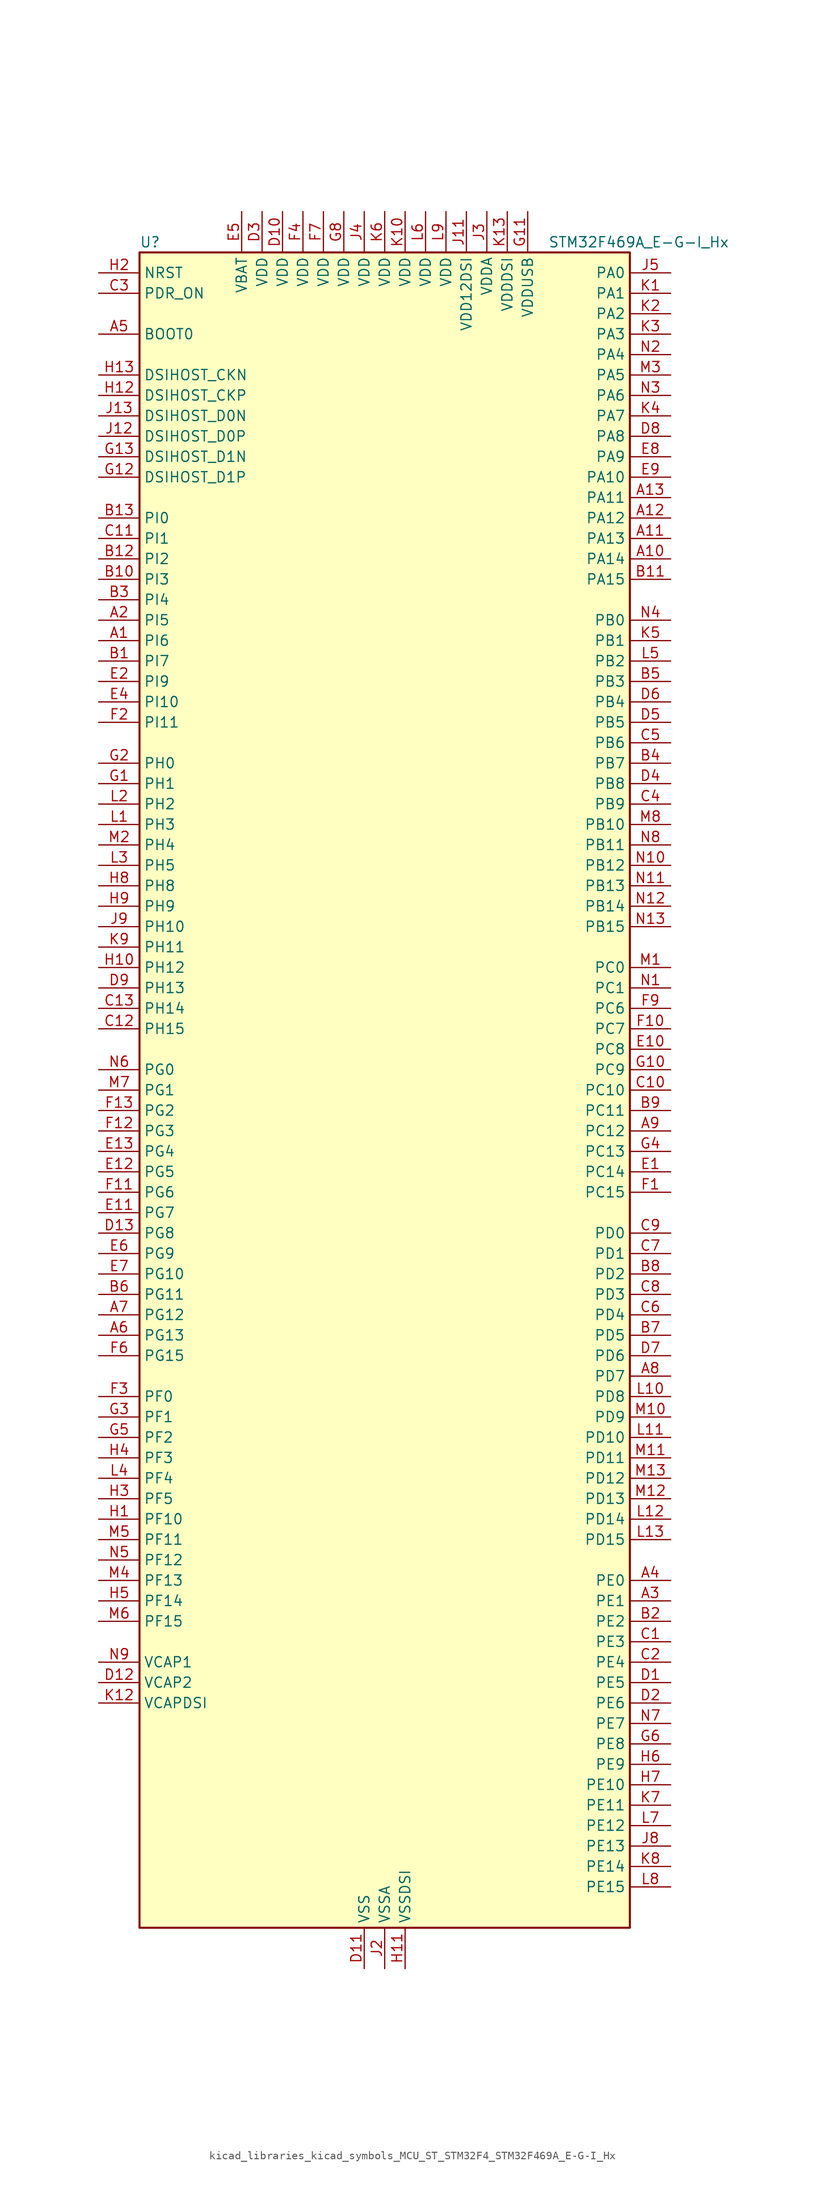
<source format=kicad_sym>
(kicad_symbol_lib
  (version 20220914)
  (generator kicad_symbol_editor)
  (symbol "kicad_libraries_kicad_symbols_MCU_ST_STM32F4_STM32F469A_E-G-I_Hx"
    (property "Reference" "U"
      (at -30.48 105.41 0)
      (effects (font (size 1.27 1.27)) (justify left)))
    (property "Value" "STM32F469A_E-G-I_Hx"
      (at 20.32 105.41 0)
      (effects (font (size 1.27 1.27)) (justify left)))
    (property "ki_locked" ""
      (at 0 0 0)
      (effects (font (size 1.27 1.27))))
    (symbol "kicad_libraries_kicad_symbols_MCU_ST_STM32F4_STM32F469A_E-G-I_Hx_0_1"
      (rectangle (start -30.48 -104.14) (end 30.48 104.14) (stroke (width 0.254) (type default)) (fill (type background))))
    (symbol "kicad_libraries_kicad_symbols_MCU_ST_STM32F4_STM32F469A_E-G-I_Hx_1_1"
      (pin bidirectional line (at -35.56 55.88 0) (length 5.08) (name "PI6" (effects (font (size 1.27 1.27)))) (number "A1" (effects (font (size 1.27 1.27)))) (alternate "DCMI_D6" bidirectional line) (alternate "FMC_D28" bidirectional line) (alternate "LTDC_B6" bidirectional line) (alternate "TIM8_CH2" bidirectional line))
      (pin bidirectional line (at 35.56 66.04 180) (length 5.08) (name "PA14" (effects (font (size 1.27 1.27)))) (number "A10" (effects (font (size 1.27 1.27)))) (alternate "SYS_JTCK-SWCLK" bidirectional line))
      (pin bidirectional line (at 35.56 68.58 180) (length 5.08) (name "PA13" (effects (font (size 1.27 1.27)))) (number "A11" (effects (font (size 1.27 1.27)))) (alternate "SYS_JTMS-SWDIO" bidirectional line))
      (pin bidirectional line (at 35.56 71.12 180) (length 5.08) (name "PA12" (effects (font (size 1.27 1.27)))) (number "A12" (effects (font (size 1.27 1.27)))) (alternate "CAN1_TX" bidirectional line) (alternate "LTDC_R5" bidirectional line) (alternate "TIM1_ETR" bidirectional line) (alternate "USART1_RTS" bidirectional line) (alternate "USB_OTG_FS_DP" bidirectional line))
      (pin bidirectional line (at 35.56 73.66 180) (length 5.08) (name "PA11" (effects (font (size 1.27 1.27)))) (number "A13" (effects (font (size 1.27 1.27)))) (alternate "ADC1_EXTI11" bidirectional line) (alternate "ADC2_EXTI11" bidirectional line) (alternate "ADC3_EXTI11" bidirectional line) (alternate "CAN1_RX" bidirectional line) (alternate "LTDC_R4" bidirectional line) (alternate "TIM1_CH4" bidirectional line) (alternate "USART1_CTS" bidirectional line) (alternate "USB_OTG_FS_DM" bidirectional line))
      (pin bidirectional line (at -35.56 58.42 0) (length 5.08) (name "PI5" (effects (font (size 1.27 1.27)))) (number "A2" (effects (font (size 1.27 1.27)))) (alternate "DCMI_VSYNC" bidirectional line) (alternate "FMC_NBL3" bidirectional line) (alternate "LTDC_B5" bidirectional line) (alternate "TIM8_CH1" bidirectional line))
      (pin bidirectional line (at 35.56 -63.5 180) (length 5.08) (name "PE1" (effects (font (size 1.27 1.27)))) (number "A3" (effects (font (size 1.27 1.27)))) (alternate "DCMI_D3" bidirectional line) (alternate "FMC_NBL1" bidirectional line) (alternate "UART8_TX" bidirectional line))
      (pin bidirectional line (at 35.56 -60.96 180) (length 5.08) (name "PE0" (effects (font (size 1.27 1.27)))) (number "A4" (effects (font (size 1.27 1.27)))) (alternate "DCMI_D2" bidirectional line) (alternate "FMC_NBL0" bidirectional line) (alternate "TIM4_ETR" bidirectional line) (alternate "UART8_RX" bidirectional line))
      (pin input line (at -35.56 93.98 0) (length 5.08) (name "BOOT0" (effects (font (size 1.27 1.27)))) (number "A5" (effects (font (size 1.27 1.27)))))
      (pin bidirectional line (at -35.56 -30.48 0) (length 5.08) (name "PG13" (effects (font (size 1.27 1.27)))) (number "A6" (effects (font (size 1.27 1.27)))) (alternate "FMC_A24" bidirectional line) (alternate "LTDC_R0" bidirectional line) (alternate "SPI6_SCK" bidirectional line) (alternate "SYS_TRACED0" bidirectional line) (alternate "USART6_CTS" bidirectional line))
      (pin bidirectional line (at -35.56 -27.94 0) (length 5.08) (name "PG12" (effects (font (size 1.27 1.27)))) (number "A7" (effects (font (size 1.27 1.27)))) (alternate "FMC_NE4" bidirectional line) (alternate "LTDC_B1" bidirectional line) (alternate "LTDC_B4" bidirectional line) (alternate "SPI6_MISO" bidirectional line) (alternate "USART6_RTS" bidirectional line))
      (pin bidirectional line (at 35.56 -35.56 180) (length 5.08) (name "PD7" (effects (font (size 1.27 1.27)))) (number "A8" (effects (font (size 1.27 1.27)))) (alternate "FMC_NE1" bidirectional line) (alternate "USART2_CK" bidirectional line))
      (pin bidirectional line (at 35.56 -5.08 180) (length 5.08) (name "PC12" (effects (font (size 1.27 1.27)))) (number "A9" (effects (font (size 1.27 1.27)))) (alternate "DCMI_D9" bidirectional line) (alternate "I2S3_SD" bidirectional line) (alternate "SDIO_CK" bidirectional line) (alternate "SPI3_MOSI" bidirectional line) (alternate "SYS_TRACED3" bidirectional line) (alternate "UART5_TX" bidirectional line) (alternate "USART3_CK" bidirectional line))
      (pin bidirectional line (at -35.56 53.34 0) (length 5.08) (name "PI7" (effects (font (size 1.27 1.27)))) (number "B1" (effects (font (size 1.27 1.27)))) (alternate "DCMI_D7" bidirectional line) (alternate "FMC_D29" bidirectional line) (alternate "LTDC_B7" bidirectional line) (alternate "TIM8_CH3" bidirectional line))
      (pin bidirectional line (at -35.56 63.5 0) (length 5.08) (name "PI3" (effects (font (size 1.27 1.27)))) (number "B10" (effects (font (size 1.27 1.27)))) (alternate "DCMI_D10" bidirectional line) (alternate "FMC_D27" bidirectional line) (alternate "I2S2_SD" bidirectional line) (alternate "SPI2_MOSI" bidirectional line) (alternate "TIM8_ETR" bidirectional line))
      (pin bidirectional line (at 35.56 63.5 180) (length 5.08) (name "PA15" (effects (font (size 1.27 1.27)))) (number "B11" (effects (font (size 1.27 1.27)))) (alternate "ADC1_EXTI15" bidirectional line) (alternate "ADC2_EXTI15" bidirectional line) (alternate "ADC3_EXTI15" bidirectional line) (alternate "I2S3_WS" bidirectional line) (alternate "SPI1_NSS" bidirectional line) (alternate "SPI3_NSS" bidirectional line) (alternate "SYS_JTDI" bidirectional line) (alternate "TIM2_CH1" bidirectional line) (alternate "TIM2_ETR" bidirectional line))
      (pin bidirectional line (at -35.56 66.04 0) (length 5.08) (name "PI2" (effects (font (size 1.27 1.27)))) (number "B12" (effects (font (size 1.27 1.27)))) (alternate "DCMI_D9" bidirectional line) (alternate "FMC_D26" bidirectional line) (alternate "I2S2_ext_SD" bidirectional line) (alternate "LTDC_G7" bidirectional line) (alternate "SPI2_MISO" bidirectional line) (alternate "TIM8_CH4" bidirectional line))
      (pin bidirectional line (at -35.56 71.12 0) (length 5.08) (name "PI0" (effects (font (size 1.27 1.27)))) (number "B13" (effects (font (size 1.27 1.27)))) (alternate "DCMI_D13" bidirectional line) (alternate "FMC_D24" bidirectional line) (alternate "I2S2_WS" bidirectional line) (alternate "LTDC_G5" bidirectional line) (alternate "SPI2_NSS" bidirectional line) (alternate "TIM5_CH4" bidirectional line))
      (pin bidirectional line (at 35.56 -66.04 180) (length 5.08) (name "PE2" (effects (font (size 1.27 1.27)))) (number "B2" (effects (font (size 1.27 1.27)))) (alternate "FMC_A23" bidirectional line) (alternate "QUADSPI_BK1_IO2" bidirectional line) (alternate "SAI1_MCLK_A" bidirectional line) (alternate "SPI4_SCK" bidirectional line) (alternate "SYS_TRACECLK" bidirectional line))
      (pin bidirectional line (at -35.56 60.96 0) (length 5.08) (name "PI4" (effects (font (size 1.27 1.27)))) (number "B3" (effects (font (size 1.27 1.27)))) (alternate "DCMI_D5" bidirectional line) (alternate "FMC_NBL2" bidirectional line) (alternate "LTDC_B4" bidirectional line) (alternate "TIM8_BKIN" bidirectional line))
      (pin bidirectional line (at 35.56 40.64 180) (length 5.08) (name "PB7" (effects (font (size 1.27 1.27)))) (number "B4" (effects (font (size 1.27 1.27)))) (alternate "DCMI_VSYNC" bidirectional line) (alternate "FMC_NL" bidirectional line) (alternate "I2C1_SDA" bidirectional line) (alternate "TIM4_CH2" bidirectional line) (alternate "USART1_RX" bidirectional line))
      (pin bidirectional line (at 35.56 50.8 180) (length 5.08) (name "PB3" (effects (font (size 1.27 1.27)))) (number "B5" (effects (font (size 1.27 1.27)))) (alternate "I2S3_CK" bidirectional line) (alternate "SPI1_SCK" bidirectional line) (alternate "SPI3_SCK" bidirectional line) (alternate "SYS_JTDO-SWO" bidirectional line) (alternate "TIM2_CH2" bidirectional line))
      (pin bidirectional line (at -35.56 -25.4 0) (length 5.08) (name "PG11" (effects (font (size 1.27 1.27)))) (number "B6" (effects (font (size 1.27 1.27)))) (alternate "ADC1_EXTI11" bidirectional line) (alternate "ADC2_EXTI11" bidirectional line) (alternate "ADC3_EXTI11" bidirectional line) (alternate "DCMI_D3" bidirectional line) (alternate "LTDC_B3" bidirectional line))
      (pin bidirectional line (at 35.56 -30.48 180) (length 5.08) (name "PD5" (effects (font (size 1.27 1.27)))) (number "B7" (effects (font (size 1.27 1.27)))) (alternate "FMC_NWE" bidirectional line) (alternate "USART2_TX" bidirectional line))
      (pin bidirectional line (at 35.56 -22.86 180) (length 5.08) (name "PD2" (effects (font (size 1.27 1.27)))) (number "B8" (effects (font (size 1.27 1.27)))) (alternate "DCMI_D11" bidirectional line) (alternate "SDIO_CMD" bidirectional line) (alternate "SYS_TRACED2" bidirectional line) (alternate "TIM3_ETR" bidirectional line) (alternate "UART5_RX" bidirectional line))
      (pin bidirectional line (at 35.56 -2.54 180) (length 5.08) (name "PC11" (effects (font (size 1.27 1.27)))) (number "B9" (effects (font (size 1.27 1.27)))) (alternate "ADC1_EXTI11" bidirectional line) (alternate "ADC2_EXTI11" bidirectional line) (alternate "ADC3_EXTI11" bidirectional line) (alternate "DCMI_D4" bidirectional line) (alternate "I2S3_ext_SD" bidirectional line) (alternate "QUADSPI_BK2_NCS" bidirectional line) (alternate "SDIO_D3" bidirectional line) (alternate "SPI3_MISO" bidirectional line) (alternate "UART4_RX" bidirectional line) (alternate "USART3_RX" bidirectional line))
      (pin bidirectional line (at 35.56 -68.58 180) (length 5.08) (name "PE3" (effects (font (size 1.27 1.27)))) (number "C1" (effects (font (size 1.27 1.27)))) (alternate "FMC_A19" bidirectional line) (alternate "SAI1_SD_B" bidirectional line) (alternate "SYS_TRACED0" bidirectional line))
      (pin bidirectional line (at 35.56 0 180) (length 5.08) (name "PC10" (effects (font (size 1.27 1.27)))) (number "C10" (effects (font (size 1.27 1.27)))) (alternate "DCMI_D8" bidirectional line) (alternate "I2S3_CK" bidirectional line) (alternate "LTDC_R2" bidirectional line) (alternate "QUADSPI_BK1_IO1" bidirectional line) (alternate "SDIO_D2" bidirectional line) (alternate "SPI3_SCK" bidirectional line) (alternate "UART4_TX" bidirectional line) (alternate "USART3_TX" bidirectional line))
      (pin bidirectional line (at -35.56 68.58 0) (length 5.08) (name "PI1" (effects (font (size 1.27 1.27)))) (number "C11" (effects (font (size 1.27 1.27)))) (alternate "DCMI_D8" bidirectional line) (alternate "FMC_D25" bidirectional line) (alternate "I2S2_CK" bidirectional line) (alternate "LTDC_G6" bidirectional line) (alternate "SPI2_SCK" bidirectional line))
      (pin bidirectional line (at -35.56 7.62 0) (length 5.08) (name "PH15" (effects (font (size 1.27 1.27)))) (number "C12" (effects (font (size 1.27 1.27)))) (alternate "ADC1_EXTI15" bidirectional line) (alternate "ADC2_EXTI15" bidirectional line) (alternate "ADC3_EXTI15" bidirectional line) (alternate "DCMI_D11" bidirectional line) (alternate "FMC_D23" bidirectional line) (alternate "LTDC_G4" bidirectional line) (alternate "TIM8_CH3N" bidirectional line))
      (pin bidirectional line (at -35.56 10.16 0) (length 5.08) (name "PH14" (effects (font (size 1.27 1.27)))) (number "C13" (effects (font (size 1.27 1.27)))) (alternate "DCMI_D4" bidirectional line) (alternate "FMC_D22" bidirectional line) (alternate "LTDC_G3" bidirectional line) (alternate "TIM8_CH2N" bidirectional line))
      (pin bidirectional line (at 35.56 -71.12 180) (length 5.08) (name "PE4" (effects (font (size 1.27 1.27)))) (number "C2" (effects (font (size 1.27 1.27)))) (alternate "DCMI_D4" bidirectional line) (alternate "FMC_A20" bidirectional line) (alternate "LTDC_B0" bidirectional line) (alternate "SAI1_FS_A" bidirectional line) (alternate "SPI4_NSS" bidirectional line) (alternate "SYS_TRACED1" bidirectional line))
      (pin input line (at -35.56 99.06 0) (length 5.08) (name "PDR_ON" (effects (font (size 1.27 1.27)))) (number "C3" (effects (font (size 1.27 1.27)))))
      (pin bidirectional line (at 35.56 35.56 180) (length 5.08) (name "PB9" (effects (font (size 1.27 1.27)))) (number "C4" (effects (font (size 1.27 1.27)))) (alternate "CAN1_TX" bidirectional line) (alternate "DAC_EXTI9" bidirectional line) (alternate "DCMI_D7" bidirectional line) (alternate "I2C1_SDA" bidirectional line) (alternate "I2S2_WS" bidirectional line) (alternate "LTDC_B7" bidirectional line) (alternate "SDIO_D5" bidirectional line) (alternate "SPI2_NSS" bidirectional line) (alternate "TIM11_CH1" bidirectional line) (alternate "TIM4_CH4" bidirectional line))
      (pin bidirectional line (at 35.56 43.18 180) (length 5.08) (name "PB6" (effects (font (size 1.27 1.27)))) (number "C5" (effects (font (size 1.27 1.27)))) (alternate "CAN2_TX" bidirectional line) (alternate "DCMI_D5" bidirectional line) (alternate "FMC_SDNE1" bidirectional line) (alternate "I2C1_SCL" bidirectional line) (alternate "QUADSPI_BK1_NCS" bidirectional line) (alternate "TIM4_CH1" bidirectional line) (alternate "USART1_TX" bidirectional line))
      (pin bidirectional line (at 35.56 -27.94 180) (length 5.08) (name "PD4" (effects (font (size 1.27 1.27)))) (number "C6" (effects (font (size 1.27 1.27)))) (alternate "FMC_NOE" bidirectional line) (alternate "USART2_RTS" bidirectional line))
      (pin bidirectional line (at 35.56 -20.32 180) (length 5.08) (name "PD1" (effects (font (size 1.27 1.27)))) (number "C7" (effects (font (size 1.27 1.27)))) (alternate "CAN1_TX" bidirectional line) (alternate "FMC_D3" bidirectional line) (alternate "FMC_DA3" bidirectional line))
      (pin bidirectional line (at 35.56 -25.4 180) (length 5.08) (name "PD3" (effects (font (size 1.27 1.27)))) (number "C8" (effects (font (size 1.27 1.27)))) (alternate "DCMI_D5" bidirectional line) (alternate "FMC_CLK" bidirectional line) (alternate "I2S2_CK" bidirectional line) (alternate "LTDC_G7" bidirectional line) (alternate "SPI2_SCK" bidirectional line) (alternate "USART2_CTS" bidirectional line))
      (pin bidirectional line (at 35.56 -17.78 180) (length 5.08) (name "PD0" (effects (font (size 1.27 1.27)))) (number "C9" (effects (font (size 1.27 1.27)))) (alternate "CAN1_RX" bidirectional line) (alternate "FMC_D2" bidirectional line) (alternate "FMC_DA2" bidirectional line))
      (pin bidirectional line (at 35.56 -73.66 180) (length 5.08) (name "PE5" (effects (font (size 1.27 1.27)))) (number "D1" (effects (font (size 1.27 1.27)))) (alternate "DCMI_D6" bidirectional line) (alternate "FMC_A21" bidirectional line) (alternate "LTDC_G0" bidirectional line) (alternate "SAI1_SCK_A" bidirectional line) (alternate "SPI4_MISO" bidirectional line) (alternate "SYS_TRACED2" bidirectional line) (alternate "TIM9_CH1" bidirectional line))
      (pin power_in line (at -12.7 109.22 270) (length 5.08) (name "VDD" (effects (font (size 1.27 1.27)))) (number "D10" (effects (font (size 1.27 1.27)))))
      (pin power_in line (at -2.54 -109.22 90) (length 5.08) (name "VSS" (effects (font (size 1.27 1.27)))) (number "D11" (effects (font (size 1.27 1.27)))))
      (pin power_out line (at -35.56 -73.66 0) (length 5.08) (name "VCAP2" (effects (font (size 1.27 1.27)))) (number "D12" (effects (font (size 1.27 1.27)))))
      (pin bidirectional line (at -35.56 -17.78 0) (length 5.08) (name "PG8" (effects (font (size 1.27 1.27)))) (number "D13" (effects (font (size 1.27 1.27)))) (alternate "FMC_SDCLK" bidirectional line) (alternate "LTDC_G7" bidirectional line) (alternate "SPI6_NSS" bidirectional line) (alternate "USART6_RTS" bidirectional line))
      (pin bidirectional line (at 35.56 -76.2 180) (length 5.08) (name "PE6" (effects (font (size 1.27 1.27)))) (number "D2" (effects (font (size 1.27 1.27)))) (alternate "DCMI_D7" bidirectional line) (alternate "FMC_A22" bidirectional line) (alternate "LTDC_G1" bidirectional line) (alternate "SAI1_SD_A" bidirectional line) (alternate "SPI4_MOSI" bidirectional line) (alternate "SYS_TRACED3" bidirectional line) (alternate "TIM9_CH2" bidirectional line))
      (pin power_in line (at -15.24 109.22 270) (length 5.08) (name "VDD" (effects (font (size 1.27 1.27)))) (number "D3" (effects (font (size 1.27 1.27)))))
      (pin bidirectional line (at 35.56 38.1 180) (length 5.08) (name "PB8" (effects (font (size 1.27 1.27)))) (number "D4" (effects (font (size 1.27 1.27)))) (alternate "CAN1_RX" bidirectional line) (alternate "DCMI_D6" bidirectional line) (alternate "I2C1_SCL" bidirectional line) (alternate "LTDC_B6" bidirectional line) (alternate "SDIO_D4" bidirectional line) (alternate "TIM10_CH1" bidirectional line) (alternate "TIM4_CH3" bidirectional line))
      (pin bidirectional line (at 35.56 45.72 180) (length 5.08) (name "PB5" (effects (font (size 1.27 1.27)))) (number "D5" (effects (font (size 1.27 1.27)))) (alternate "CAN2_RX" bidirectional line) (alternate "DCMI_D10" bidirectional line) (alternate "FMC_SDCKE1" bidirectional line) (alternate "I2C1_SMBA" bidirectional line) (alternate "I2S3_SD" bidirectional line) (alternate "LTDC_G7" bidirectional line) (alternate "SPI1_MOSI" bidirectional line) (alternate "SPI3_MOSI" bidirectional line) (alternate "TIM3_CH2" bidirectional line) (alternate "USB_OTG_HS_ULPI_D7" bidirectional line))
      (pin bidirectional line (at 35.56 48.26 180) (length 5.08) (name "PB4" (effects (font (size 1.27 1.27)))) (number "D6" (effects (font (size 1.27 1.27)))) (alternate "I2S3_ext_SD" bidirectional line) (alternate "SPI1_MISO" bidirectional line) (alternate "SPI3_MISO" bidirectional line) (alternate "SYS_JTRST" bidirectional line) (alternate "TIM3_CH1" bidirectional line))
      (pin bidirectional line (at 35.56 -33.02 180) (length 5.08) (name "PD6" (effects (font (size 1.27 1.27)))) (number "D7" (effects (font (size 1.27 1.27)))) (alternate "DCMI_D10" bidirectional line) (alternate "FMC_NWAIT" bidirectional line) (alternate "I2S3_SD" bidirectional line) (alternate "LTDC_B2" bidirectional line) (alternate "SAI1_SD_A" bidirectional line) (alternate "SPI3_MOSI" bidirectional line) (alternate "USART2_RX" bidirectional line))
      (pin bidirectional line (at 35.56 81.28 180) (length 5.08) (name "PA8" (effects (font (size 1.27 1.27)))) (number "D8" (effects (font (size 1.27 1.27)))) (alternate "I2C3_SCL" bidirectional line) (alternate "LTDC_R6" bidirectional line) (alternate "RCC_MCO_1" bidirectional line) (alternate "TIM1_CH1" bidirectional line) (alternate "USART1_CK" bidirectional line) (alternate "USB_OTG_FS_SOF" bidirectional line))
      (pin bidirectional line (at -35.56 12.7 0) (length 5.08) (name "PH13" (effects (font (size 1.27 1.27)))) (number "D9" (effects (font (size 1.27 1.27)))) (alternate "CAN1_TX" bidirectional line) (alternate "FMC_D21" bidirectional line) (alternate "LTDC_G2" bidirectional line) (alternate "TIM8_CH1N" bidirectional line))
      (pin bidirectional line (at 35.56 -10.16 180) (length 5.08) (name "PC14" (effects (font (size 1.27 1.27)))) (number "E1" (effects (font (size 1.27 1.27)))) (alternate "RCC_OSC32_IN" bidirectional line))
      (pin bidirectional line (at 35.56 5.08 180) (length 5.08) (name "PC8" (effects (font (size 1.27 1.27)))) (number "E10" (effects (font (size 1.27 1.27)))) (alternate "DCMI_D2" bidirectional line) (alternate "SDIO_D0" bidirectional line) (alternate "SYS_TRACED1" bidirectional line) (alternate "TIM3_CH3" bidirectional line) (alternate "TIM8_CH3" bidirectional line) (alternate "USART6_CK" bidirectional line))
      (pin bidirectional line (at -35.56 -15.24 0) (length 5.08) (name "PG7" (effects (font (size 1.27 1.27)))) (number "E11" (effects (font (size 1.27 1.27)))) (alternate "DCMI_D13" bidirectional line) (alternate "FMC_INT" bidirectional line) (alternate "LTDC_CLK" bidirectional line) (alternate "SAI1_MCLK_A" bidirectional line) (alternate "USART6_CK" bidirectional line))
      (pin bidirectional line (at -35.56 -10.16 0) (length 5.08) (name "PG5" (effects (font (size 1.27 1.27)))) (number "E12" (effects (font (size 1.27 1.27)))) (alternate "FMC_A15" bidirectional line) (alternate "FMC_BA1" bidirectional line))
      (pin bidirectional line (at -35.56 -7.62 0) (length 5.08) (name "PG4" (effects (font (size 1.27 1.27)))) (number "E13" (effects (font (size 1.27 1.27)))) (alternate "FMC_A14" bidirectional line) (alternate "FMC_BA0" bidirectional line))
      (pin bidirectional line (at -35.56 50.8 0) (length 5.08) (name "PI9" (effects (font (size 1.27 1.27)))) (number "E2" (effects (font (size 1.27 1.27)))) (alternate "CAN1_RX" bidirectional line) (alternate "DAC_EXTI9" bidirectional line) (alternate "FMC_D30" bidirectional line) (alternate "LTDC_VSYNC" bidirectional line))
      (pin passive line (at -2.54 -109.22 90) (length 5.08) hide (name "VSS" (effects (font (size 1.27 1.27)))) (number "E3" (effects (font (size 1.27 1.27)))))
      (pin bidirectional line (at -35.56 48.26 0) (length 5.08) (name "PI10" (effects (font (size 1.27 1.27)))) (number "E4" (effects (font (size 1.27 1.27)))) (alternate "FMC_D31" bidirectional line) (alternate "LTDC_HSYNC" bidirectional line))
      (pin power_in line (at -17.78 109.22 270) (length 5.08) (name "VBAT" (effects (font (size 1.27 1.27)))) (number "E5" (effects (font (size 1.27 1.27)))))
      (pin bidirectional line (at -35.56 -20.32 0) (length 5.08) (name "PG9" (effects (font (size 1.27 1.27)))) (number "E6" (effects (font (size 1.27 1.27)))) (alternate "DAC_EXTI9" bidirectional line) (alternate "DCMI_VSYNC" bidirectional line) (alternate "FMC_NCE" bidirectional line) (alternate "FMC_NE2" bidirectional line) (alternate "QUADSPI_BK2_IO2" bidirectional line) (alternate "USART6_RX" bidirectional line))
      (pin bidirectional line (at -35.56 -22.86 0) (length 5.08) (name "PG10" (effects (font (size 1.27 1.27)))) (number "E7" (effects (font (size 1.27 1.27)))) (alternate "DCMI_D2" bidirectional line) (alternate "FMC_NE3" bidirectional line) (alternate "LTDC_B2" bidirectional line) (alternate "LTDC_G3" bidirectional line))
      (pin bidirectional line (at 35.56 78.74 180) (length 5.08) (name "PA9" (effects (font (size 1.27 1.27)))) (number "E8" (effects (font (size 1.27 1.27)))) (alternate "DAC_EXTI9" bidirectional line) (alternate "DCMI_D0" bidirectional line) (alternate "I2C3_SMBA" bidirectional line) (alternate "I2S2_CK" bidirectional line) (alternate "SPI2_SCK" bidirectional line) (alternate "TIM1_CH2" bidirectional line) (alternate "USART1_TX" bidirectional line) (alternate "USB_OTG_FS_VBUS" bidirectional line))
      (pin bidirectional line (at 35.56 76.2 180) (length 5.08) (name "PA10" (effects (font (size 1.27 1.27)))) (number "E9" (effects (font (size 1.27 1.27)))) (alternate "DCMI_D1" bidirectional line) (alternate "TIM1_CH3" bidirectional line) (alternate "USART1_RX" bidirectional line) (alternate "USB_OTG_FS_ID" bidirectional line))
      (pin bidirectional line (at 35.56 -12.7 180) (length 5.08) (name "PC15" (effects (font (size 1.27 1.27)))) (number "F1" (effects (font (size 1.27 1.27)))) (alternate "ADC1_EXTI15" bidirectional line) (alternate "ADC2_EXTI15" bidirectional line) (alternate "ADC3_EXTI15" bidirectional line) (alternate "RCC_OSC32_OUT" bidirectional line))
      (pin bidirectional line (at 35.56 7.62 180) (length 5.08) (name "PC7" (effects (font (size 1.27 1.27)))) (number "F10" (effects (font (size 1.27 1.27)))) (alternate "DCMI_D1" bidirectional line) (alternate "I2S3_MCK" bidirectional line) (alternate "LTDC_G6" bidirectional line) (alternate "SDIO_D7" bidirectional line) (alternate "TIM3_CH2" bidirectional line) (alternate "TIM8_CH2" bidirectional line) (alternate "USART6_RX" bidirectional line))
      (pin bidirectional line (at -35.56 -12.7 0) (length 5.08) (name "PG6" (effects (font (size 1.27 1.27)))) (number "F11" (effects (font (size 1.27 1.27)))) (alternate "DCMI_D12" bidirectional line) (alternate "LTDC_R7" bidirectional line))
      (pin bidirectional line (at -35.56 -5.08 0) (length 5.08) (name "PG3" (effects (font (size 1.27 1.27)))) (number "F12" (effects (font (size 1.27 1.27)))) (alternate "FMC_A13" bidirectional line))
      (pin bidirectional line (at -35.56 -2.54 0) (length 5.08) (name "PG2" (effects (font (size 1.27 1.27)))) (number "F13" (effects (font (size 1.27 1.27)))) (alternate "FMC_A12" bidirectional line))
      (pin bidirectional line (at -35.56 45.72 0) (length 5.08) (name "PI11" (effects (font (size 1.27 1.27)))) (number "F2" (effects (font (size 1.27 1.27)))) (alternate "ADC1_EXTI11" bidirectional line) (alternate "ADC2_EXTI11" bidirectional line) (alternate "ADC3_EXTI11" bidirectional line) (alternate "LTDC_G6" bidirectional line) (alternate "USB_OTG_HS_ULPI_DIR" bidirectional line))
      (pin bidirectional line (at -35.56 -38.1 0) (length 5.08) (name "PF0" (effects (font (size 1.27 1.27)))) (number "F3" (effects (font (size 1.27 1.27)))) (alternate "FMC_A0" bidirectional line) (alternate "I2C2_SDA" bidirectional line))
      (pin power_in line (at -10.16 109.22 270) (length 5.08) (name "VDD" (effects (font (size 1.27 1.27)))) (number "F4" (effects (font (size 1.27 1.27)))))
      (pin passive line (at -2.54 -109.22 90) (length 5.08) hide (name "VSS" (effects (font (size 1.27 1.27)))) (number "F5" (effects (font (size 1.27 1.27)))))
      (pin bidirectional line (at -35.56 -33.02 0) (length 5.08) (name "PG15" (effects (font (size 1.27 1.27)))) (number "F6" (effects (font (size 1.27 1.27)))) (alternate "ADC1_EXTI15" bidirectional line) (alternate "ADC2_EXTI15" bidirectional line) (alternate "ADC3_EXTI15" bidirectional line) (alternate "DCMI_D13" bidirectional line) (alternate "FMC_SDNCAS" bidirectional line) (alternate "USART6_CTS" bidirectional line))
      (pin power_in line (at -7.62 109.22 270) (length 5.08) (name "VDD" (effects (font (size 1.27 1.27)))) (number "F7" (effects (font (size 1.27 1.27)))))
      (pin passive line (at -2.54 -109.22 90) (length 5.08) hide (name "VSS" (effects (font (size 1.27 1.27)))) (number "F8" (effects (font (size 1.27 1.27)))))
      (pin bidirectional line (at 35.56 10.16 180) (length 5.08) (name "PC6" (effects (font (size 1.27 1.27)))) (number "F9" (effects (font (size 1.27 1.27)))) (alternate "DCMI_D0" bidirectional line) (alternate "I2S2_MCK" bidirectional line) (alternate "LTDC_HSYNC" bidirectional line) (alternate "SDIO_D6" bidirectional line) (alternate "TIM3_CH1" bidirectional line) (alternate "TIM8_CH1" bidirectional line) (alternate "USART6_TX" bidirectional line))
      (pin bidirectional line (at -35.56 38.1 0) (length 5.08) (name "PH1" (effects (font (size 1.27 1.27)))) (number "G1" (effects (font (size 1.27 1.27)))) (alternate "RCC_OSC_OUT" bidirectional line))
      (pin bidirectional line (at 35.56 2.54 180) (length 5.08) (name "PC9" (effects (font (size 1.27 1.27)))) (number "G10" (effects (font (size 1.27 1.27)))) (alternate "DAC_EXTI9" bidirectional line) (alternate "DCMI_D3" bidirectional line) (alternate "I2C3_SDA" bidirectional line) (alternate "I2S_CKIN" bidirectional line) (alternate "QUADSPI_BK1_IO0" bidirectional line) (alternate "RCC_MCO_2" bidirectional line) (alternate "SDIO_D1" bidirectional line) (alternate "TIM3_CH4" bidirectional line) (alternate "TIM8_CH4" bidirectional line))
      (pin power_in line (at 17.78 109.22 270) (length 5.08) (name "VDDUSB" (effects (font (size 1.27 1.27)))) (number "G11" (effects (font (size 1.27 1.27)))))
      (pin bidirectional line (at -35.56 76.2 0) (length 5.08) (name "DSIHOST_D1P" (effects (font (size 1.27 1.27)))) (number "G12" (effects (font (size 1.27 1.27)))) (alternate "DSIHOST_D1P" bidirectional line))
      (pin bidirectional line (at -35.56 78.74 0) (length 5.08) (name "DSIHOST_D1N" (effects (font (size 1.27 1.27)))) (number "G13" (effects (font (size 1.27 1.27)))) (alternate "DSIHOST_D1N" bidirectional line))
      (pin bidirectional line (at -35.56 40.64 0) (length 5.08) (name "PH0" (effects (font (size 1.27 1.27)))) (number "G2" (effects (font (size 1.27 1.27)))) (alternate "RCC_OSC_IN" bidirectional line))
      (pin bidirectional line (at -35.56 -40.64 0) (length 5.08) (name "PF1" (effects (font (size 1.27 1.27)))) (number "G3" (effects (font (size 1.27 1.27)))) (alternate "FMC_A1" bidirectional line) (alternate "I2C2_SCL" bidirectional line))
      (pin bidirectional line (at 35.56 -7.62 180) (length 5.08) (name "PC13" (effects (font (size 1.27 1.27)))) (number "G4" (effects (font (size 1.27 1.27)))) (alternate "RTC_AF1" bidirectional line))
      (pin bidirectional line (at -35.56 -43.18 0) (length 5.08) (name "PF2" (effects (font (size 1.27 1.27)))) (number "G5" (effects (font (size 1.27 1.27)))) (alternate "FMC_A2" bidirectional line) (alternate "I2C2_SMBA" bidirectional line))
      (pin bidirectional line (at 35.56 -81.28 180) (length 5.08) (name "PE8" (effects (font (size 1.27 1.27)))) (number "G6" (effects (font (size 1.27 1.27)))) (alternate "FMC_D5" bidirectional line) (alternate "FMC_DA5" bidirectional line) (alternate "QUADSPI_BK2_IO1" bidirectional line) (alternate "TIM1_CH1N" bidirectional line) (alternate "UART7_TX" bidirectional line))
      (pin passive line (at -2.54 -109.22 90) (length 5.08) hide (name "VSS" (effects (font (size 1.27 1.27)))) (number "G7" (effects (font (size 1.27 1.27)))))
      (pin power_in line (at -5.08 109.22 270) (length 5.08) (name "VDD" (effects (font (size 1.27 1.27)))) (number "G8" (effects (font (size 1.27 1.27)))))
      (pin passive line (at -2.54 -109.22 90) (length 5.08) hide (name "VSS" (effects (font (size 1.27 1.27)))) (number "G9" (effects (font (size 1.27 1.27)))))
      (pin bidirectional line (at -35.56 -53.34 0) (length 5.08) (name "PF10" (effects (font (size 1.27 1.27)))) (number "H1" (effects (font (size 1.27 1.27)))) (alternate "ADC3_IN8" bidirectional line) (alternate "DCMI_D11" bidirectional line) (alternate "LTDC_DE" bidirectional line) (alternate "QUADSPI_CLK" bidirectional line))
      (pin bidirectional line (at -35.56 15.24 0) (length 5.08) (name "PH12" (effects (font (size 1.27 1.27)))) (number "H10" (effects (font (size 1.27 1.27)))) (alternate "DCMI_D3" bidirectional line) (alternate "FMC_D20" bidirectional line) (alternate "LTDC_R6" bidirectional line) (alternate "TIM5_CH3" bidirectional line))
      (pin power_in line (at 2.54 -109.22 90) (length 5.08) (name "VSSDSI" (effects (font (size 1.27 1.27)))) (number "H11" (effects (font (size 1.27 1.27)))))
      (pin bidirectional line (at -35.56 86.36 0) (length 5.08) (name "DSIHOST_CKP" (effects (font (size 1.27 1.27)))) (number "H12" (effects (font (size 1.27 1.27)))) (alternate "DSIHOST_CKP" bidirectional line))
      (pin bidirectional line (at -35.56 88.9 0) (length 5.08) (name "DSIHOST_CKN" (effects (font (size 1.27 1.27)))) (number "H13" (effects (font (size 1.27 1.27)))) (alternate "DSIHOST_CKN" bidirectional line))
      (pin input line (at -35.56 101.6 0) (length 5.08) (name "NRST" (effects (font (size 1.27 1.27)))) (number "H2" (effects (font (size 1.27 1.27)))))
      (pin bidirectional line (at -35.56 -50.8 0) (length 5.08) (name "PF5" (effects (font (size 1.27 1.27)))) (number "H3" (effects (font (size 1.27 1.27)))) (alternate "ADC3_IN15" bidirectional line) (alternate "FMC_A5" bidirectional line))
      (pin bidirectional line (at -35.56 -45.72 0) (length 5.08) (name "PF3" (effects (font (size 1.27 1.27)))) (number "H4" (effects (font (size 1.27 1.27)))) (alternate "ADC3_IN9" bidirectional line) (alternate "FMC_A3" bidirectional line))
      (pin bidirectional line (at -35.56 -63.5 0) (length 5.08) (name "PF14" (effects (font (size 1.27 1.27)))) (number "H5" (effects (font (size 1.27 1.27)))) (alternate "FMC_A8" bidirectional line))
      (pin bidirectional line (at 35.56 -83.82 180) (length 5.08) (name "PE9" (effects (font (size 1.27 1.27)))) (number "H6" (effects (font (size 1.27 1.27)))) (alternate "DAC_EXTI9" bidirectional line) (alternate "FMC_D6" bidirectional line) (alternate "FMC_DA6" bidirectional line) (alternate "QUADSPI_BK2_IO2" bidirectional line) (alternate "TIM1_CH1" bidirectional line))
      (pin bidirectional line (at 35.56 -86.36 180) (length 5.08) (name "PE10" (effects (font (size 1.27 1.27)))) (number "H7" (effects (font (size 1.27 1.27)))) (alternate "FMC_D7" bidirectional line) (alternate "FMC_DA7" bidirectional line) (alternate "QUADSPI_BK2_IO3" bidirectional line) (alternate "TIM1_CH2N" bidirectional line))
      (pin bidirectional line (at -35.56 25.4 0) (length 5.08) (name "PH8" (effects (font (size 1.27 1.27)))) (number "H8" (effects (font (size 1.27 1.27)))) (alternate "DCMI_HSYNC" bidirectional line) (alternate "FMC_D16" bidirectional line) (alternate "I2C3_SDA" bidirectional line) (alternate "LTDC_R2" bidirectional line))
      (pin bidirectional line (at -35.56 22.86 0) (length 5.08) (name "PH9" (effects (font (size 1.27 1.27)))) (number "H9" (effects (font (size 1.27 1.27)))) (alternate "DAC_EXTI9" bidirectional line) (alternate "DCMI_D0" bidirectional line) (alternate "FMC_D17" bidirectional line) (alternate "I2C3_SMBA" bidirectional line) (alternate "LTDC_R3" bidirectional line) (alternate "TIM12_CH2" bidirectional line))
      (pin passive line (at -2.54 -109.22 90) (length 5.08) hide (name "VSS" (effects (font (size 1.27 1.27)))) (number "J1" (effects (font (size 1.27 1.27)))))
      (pin passive line (at -2.54 -109.22 90) (length 5.08) hide (name "VSS" (effects (font (size 1.27 1.27)))) (number "J10" (effects (font (size 1.27 1.27)))))
      (pin power_in line (at 10.16 109.22 270) (length 5.08) (name "VDD12DSI" (effects (font (size 1.27 1.27)))) (number "J11" (effects (font (size 1.27 1.27)))))
      (pin bidirectional line (at -35.56 81.28 0) (length 5.08) (name "DSIHOST_D0P" (effects (font (size 1.27 1.27)))) (number "J12" (effects (font (size 1.27 1.27)))) (alternate "DSIHOST_D0P" bidirectional line))
      (pin bidirectional line (at -35.56 83.82 0) (length 5.08) (name "DSIHOST_D0N" (effects (font (size 1.27 1.27)))) (number "J13" (effects (font (size 1.27 1.27)))) (alternate "DSIHOST_D0N" bidirectional line))
      (pin power_in line (at 0 -109.22 90) (length 5.08) (name "VSSA" (effects (font (size 1.27 1.27)))) (number "J2" (effects (font (size 1.27 1.27)))))
      (pin power_in line (at 12.7 109.22 270) (length 5.08) (name "VDDA" (effects (font (size 1.27 1.27)))) (number "J3" (effects (font (size 1.27 1.27)))))
      (pin power_in line (at -2.54 109.22 270) (length 5.08) (name "VDD" (effects (font (size 1.27 1.27)))) (number "J4" (effects (font (size 1.27 1.27)))))
      (pin bidirectional line (at 35.56 101.6 180) (length 5.08) (name "PA0" (effects (font (size 1.27 1.27)))) (number "J5" (effects (font (size 1.27 1.27)))) (alternate "ADC1_IN0" bidirectional line) (alternate "ADC2_IN0" bidirectional line) (alternate "ADC3_IN0" bidirectional line) (alternate "SYS_WKUP" bidirectional line) (alternate "TIM2_CH1" bidirectional line) (alternate "TIM2_ETR" bidirectional line) (alternate "TIM5_CH1" bidirectional line) (alternate "TIM8_ETR" bidirectional line) (alternate "UART4_TX" bidirectional line) (alternate "USART2_CTS" bidirectional line))
      (pin passive line (at -2.54 -109.22 90) (length 5.08) hide (name "VSS" (effects (font (size 1.27 1.27)))) (number "J6" (effects (font (size 1.27 1.27)))))
      (pin passive line (at -2.54 -109.22 90) (length 5.08) hide (name "VSS" (effects (font (size 1.27 1.27)))) (number "J7" (effects (font (size 1.27 1.27)))))
      (pin bidirectional line (at 35.56 -93.98 180) (length 5.08) (name "PE13" (effects (font (size 1.27 1.27)))) (number "J8" (effects (font (size 1.27 1.27)))) (alternate "FMC_D10" bidirectional line) (alternate "FMC_DA10" bidirectional line) (alternate "LTDC_DE" bidirectional line) (alternate "SPI4_MISO" bidirectional line) (alternate "TIM1_CH3" bidirectional line))
      (pin bidirectional line (at -35.56 20.32 0) (length 5.08) (name "PH10" (effects (font (size 1.27 1.27)))) (number "J9" (effects (font (size 1.27 1.27)))) (alternate "DCMI_D1" bidirectional line) (alternate "FMC_D18" bidirectional line) (alternate "LTDC_R4" bidirectional line) (alternate "TIM5_CH1" bidirectional line))
      (pin bidirectional line (at 35.56 99.06 180) (length 5.08) (name "PA1" (effects (font (size 1.27 1.27)))) (number "K1" (effects (font (size 1.27 1.27)))) (alternate "ADC1_IN1" bidirectional line) (alternate "ADC2_IN1" bidirectional line) (alternate "ADC3_IN1" bidirectional line) (alternate "LTDC_R2" bidirectional line) (alternate "QUADSPI_BK1_IO3" bidirectional line) (alternate "TIM2_CH2" bidirectional line) (alternate "TIM5_CH2" bidirectional line) (alternate "UART4_RX" bidirectional line) (alternate "USART2_RTS" bidirectional line))
      (pin power_in line (at 2.54 109.22 270) (length 5.08) (name "VDD" (effects (font (size 1.27 1.27)))) (number "K10" (effects (font (size 1.27 1.27)))))
      (pin passive line (at 2.54 -109.22 90) (length 5.08) hide (name "VSSDSI" (effects (font (size 1.27 1.27)))) (number "K11" (effects (font (size 1.27 1.27)))))
      (pin power_out line (at -35.56 -76.2 0) (length 5.08) (name "VCAPDSI" (effects (font (size 1.27 1.27)))) (number "K12" (effects (font (size 1.27 1.27)))))
      (pin power_in line (at 15.24 109.22 270) (length 5.08) (name "VDDDSI" (effects (font (size 1.27 1.27)))) (number "K13" (effects (font (size 1.27 1.27)))))
      (pin bidirectional line (at 35.56 96.52 180) (length 5.08) (name "PA2" (effects (font (size 1.27 1.27)))) (number "K2" (effects (font (size 1.27 1.27)))) (alternate "ADC1_IN2" bidirectional line) (alternate "ADC2_IN2" bidirectional line) (alternate "ADC3_IN2" bidirectional line) (alternate "LTDC_R1" bidirectional line) (alternate "TIM2_CH3" bidirectional line) (alternate "TIM5_CH3" bidirectional line) (alternate "TIM9_CH1" bidirectional line) (alternate "USART2_TX" bidirectional line))
      (pin bidirectional line (at 35.56 93.98 180) (length 5.08) (name "PA3" (effects (font (size 1.27 1.27)))) (number "K3" (effects (font (size 1.27 1.27)))) (alternate "ADC1_IN3" bidirectional line) (alternate "ADC2_IN3" bidirectional line) (alternate "ADC3_IN3" bidirectional line) (alternate "LTDC_B2" bidirectional line) (alternate "LTDC_B5" bidirectional line) (alternate "TIM2_CH4" bidirectional line) (alternate "TIM5_CH4" bidirectional line) (alternate "TIM9_CH2" bidirectional line) (alternate "USART2_RX" bidirectional line) (alternate "USB_OTG_HS_ULPI_D0" bidirectional line))
      (pin bidirectional line (at 35.56 83.82 180) (length 5.08) (name "PA7" (effects (font (size 1.27 1.27)))) (number "K4" (effects (font (size 1.27 1.27)))) (alternate "ADC1_IN7" bidirectional line) (alternate "ADC2_IN7" bidirectional line) (alternate "FMC_SDNWE" bidirectional line) (alternate "QUADSPI_CLK" bidirectional line) (alternate "SPI1_MOSI" bidirectional line) (alternate "TIM14_CH1" bidirectional line) (alternate "TIM1_CH1N" bidirectional line) (alternate "TIM3_CH2" bidirectional line) (alternate "TIM8_CH1N" bidirectional line))
      (pin bidirectional line (at 35.56 55.88 180) (length 5.08) (name "PB1" (effects (font (size 1.27 1.27)))) (number "K5" (effects (font (size 1.27 1.27)))) (alternate "ADC1_IN9" bidirectional line) (alternate "ADC2_IN9" bidirectional line) (alternate "LTDC_G0" bidirectional line) (alternate "LTDC_R6" bidirectional line) (alternate "TIM1_CH3N" bidirectional line) (alternate "TIM3_CH4" bidirectional line) (alternate "TIM8_CH3N" bidirectional line) (alternate "USB_OTG_HS_ULPI_D2" bidirectional line))
      (pin power_in line (at 0 109.22 270) (length 5.08) (name "VDD" (effects (font (size 1.27 1.27)))) (number "K6" (effects (font (size 1.27 1.27)))))
      (pin bidirectional line (at 35.56 -88.9 180) (length 5.08) (name "PE11" (effects (font (size 1.27 1.27)))) (number "K7" (effects (font (size 1.27 1.27)))) (alternate "ADC1_EXTI11" bidirectional line) (alternate "ADC2_EXTI11" bidirectional line) (alternate "ADC3_EXTI11" bidirectional line) (alternate "FMC_D8" bidirectional line) (alternate "FMC_DA8" bidirectional line) (alternate "LTDC_G3" bidirectional line) (alternate "SPI4_NSS" bidirectional line) (alternate "TIM1_CH2" bidirectional line))
      (pin bidirectional line (at 35.56 -96.52 180) (length 5.08) (name "PE14" (effects (font (size 1.27 1.27)))) (number "K8" (effects (font (size 1.27 1.27)))) (alternate "FMC_D11" bidirectional line) (alternate "FMC_DA11" bidirectional line) (alternate "LTDC_CLK" bidirectional line) (alternate "SPI4_MOSI" bidirectional line) (alternate "TIM1_CH4" bidirectional line))
      (pin bidirectional line (at -35.56 17.78 0) (length 5.08) (name "PH11" (effects (font (size 1.27 1.27)))) (number "K9" (effects (font (size 1.27 1.27)))) (alternate "ADC1_EXTI11" bidirectional line) (alternate "ADC2_EXTI11" bidirectional line) (alternate "ADC3_EXTI11" bidirectional line) (alternate "DCMI_D2" bidirectional line) (alternate "FMC_D19" bidirectional line) (alternate "LTDC_R5" bidirectional line) (alternate "TIM5_CH2" bidirectional line))
      (pin bidirectional line (at -35.56 33.02 0) (length 5.08) (name "PH3" (effects (font (size 1.27 1.27)))) (number "L1" (effects (font (size 1.27 1.27)))) (alternate "FMC_SDNE0" bidirectional line) (alternate "LTDC_R1" bidirectional line) (alternate "QUADSPI_BK2_IO1" bidirectional line))
      (pin bidirectional line (at 35.56 -38.1 180) (length 5.08) (name "PD8" (effects (font (size 1.27 1.27)))) (number "L10" (effects (font (size 1.27 1.27)))) (alternate "FMC_D13" bidirectional line) (alternate "FMC_DA13" bidirectional line) (alternate "USART3_TX" bidirectional line))
      (pin bidirectional line (at 35.56 -43.18 180) (length 5.08) (name "PD10" (effects (font (size 1.27 1.27)))) (number "L11" (effects (font (size 1.27 1.27)))) (alternate "FMC_D15" bidirectional line) (alternate "FMC_DA15" bidirectional line) (alternate "LTDC_B3" bidirectional line) (alternate "USART3_CK" bidirectional line))
      (pin bidirectional line (at 35.56 -53.34 180) (length 5.08) (name "PD14" (effects (font (size 1.27 1.27)))) (number "L12" (effects (font (size 1.27 1.27)))) (alternate "FMC_D0" bidirectional line) (alternate "FMC_DA0" bidirectional line) (alternate "TIM4_CH3" bidirectional line))
      (pin bidirectional line (at 35.56 -55.88 180) (length 5.08) (name "PD15" (effects (font (size 1.27 1.27)))) (number "L13" (effects (font (size 1.27 1.27)))) (alternate "ADC1_EXTI15" bidirectional line) (alternate "ADC2_EXTI15" bidirectional line) (alternate "ADC3_EXTI15" bidirectional line) (alternate "FMC_D1" bidirectional line) (alternate "FMC_DA1" bidirectional line) (alternate "TIM4_CH4" bidirectional line))
      (pin bidirectional line (at -35.56 35.56 0) (length 5.08) (name "PH2" (effects (font (size 1.27 1.27)))) (number "L2" (effects (font (size 1.27 1.27)))) (alternate "FMC_SDCKE0" bidirectional line) (alternate "LTDC_R0" bidirectional line) (alternate "QUADSPI_BK2_IO0" bidirectional line))
      (pin bidirectional line (at -35.56 27.94 0) (length 5.08) (name "PH5" (effects (font (size 1.27 1.27)))) (number "L3" (effects (font (size 1.27 1.27)))) (alternate "FMC_SDNWE" bidirectional line) (alternate "I2C2_SDA" bidirectional line))
      (pin bidirectional line (at -35.56 -48.26 0) (length 5.08) (name "PF4" (effects (font (size 1.27 1.27)))) (number "L4" (effects (font (size 1.27 1.27)))) (alternate "ADC3_IN14" bidirectional line) (alternate "FMC_A4" bidirectional line))
      (pin bidirectional line (at 35.56 53.34 180) (length 5.08) (name "PB2" (effects (font (size 1.27 1.27)))) (number "L5" (effects (font (size 1.27 1.27)))))
      (pin power_in line (at 5.08 109.22 270) (length 5.08) (name "VDD" (effects (font (size 1.27 1.27)))) (number "L6" (effects (font (size 1.27 1.27)))))
      (pin bidirectional line (at 35.56 -91.44 180) (length 5.08) (name "PE12" (effects (font (size 1.27 1.27)))) (number "L7" (effects (font (size 1.27 1.27)))) (alternate "FMC_D9" bidirectional line) (alternate "FMC_DA9" bidirectional line) (alternate "LTDC_B4" bidirectional line) (alternate "SPI4_SCK" bidirectional line) (alternate "TIM1_CH3N" bidirectional line))
      (pin bidirectional line (at 35.56 -99.06 180) (length 5.08) (name "PE15" (effects (font (size 1.27 1.27)))) (number "L8" (effects (font (size 1.27 1.27)))) (alternate "ADC1_EXTI15" bidirectional line) (alternate "ADC2_EXTI15" bidirectional line) (alternate "ADC3_EXTI15" bidirectional line) (alternate "FMC_D12" bidirectional line) (alternate "FMC_DA12" bidirectional line) (alternate "LTDC_R7" bidirectional line) (alternate "TIM1_BKIN" bidirectional line))
      (pin power_in line (at 7.62 109.22 270) (length 5.08) (name "VDD" (effects (font (size 1.27 1.27)))) (number "L9" (effects (font (size 1.27 1.27)))))
      (pin bidirectional line (at 35.56 15.24 180) (length 5.08) (name "PC0" (effects (font (size 1.27 1.27)))) (number "M1" (effects (font (size 1.27 1.27)))) (alternate "ADC1_IN10" bidirectional line) (alternate "ADC2_IN10" bidirectional line) (alternate "ADC3_IN10" bidirectional line) (alternate "FMC_SDNWE" bidirectional line) (alternate "LTDC_R5" bidirectional line) (alternate "USB_OTG_HS_ULPI_STP" bidirectional line))
      (pin bidirectional line (at 35.56 -40.64 180) (length 5.08) (name "PD9" (effects (font (size 1.27 1.27)))) (number "M10" (effects (font (size 1.27 1.27)))) (alternate "DAC_EXTI9" bidirectional line) (alternate "FMC_D14" bidirectional line) (alternate "FMC_DA14" bidirectional line) (alternate "USART3_RX" bidirectional line))
      (pin bidirectional line (at 35.56 -45.72 180) (length 5.08) (name "PD11" (effects (font (size 1.27 1.27)))) (number "M11" (effects (font (size 1.27 1.27)))) (alternate "ADC1_EXTI11" bidirectional line) (alternate "ADC2_EXTI11" bidirectional line) (alternate "ADC3_EXTI11" bidirectional line) (alternate "FMC_A16" bidirectional line) (alternate "FMC_CLE" bidirectional line) (alternate "QUADSPI_BK1_IO0" bidirectional line) (alternate "USART3_CTS" bidirectional line))
      (pin bidirectional line (at 35.56 -50.8 180) (length 5.08) (name "PD13" (effects (font (size 1.27 1.27)))) (number "M12" (effects (font (size 1.27 1.27)))) (alternate "FMC_A18" bidirectional line) (alternate "QUADSPI_BK1_IO3" bidirectional line) (alternate "TIM4_CH2" bidirectional line))
      (pin bidirectional line (at 35.56 -48.26 180) (length 5.08) (name "PD12" (effects (font (size 1.27 1.27)))) (number "M13" (effects (font (size 1.27 1.27)))) (alternate "FMC_A17" bidirectional line) (alternate "FMC_ALE" bidirectional line) (alternate "QUADSPI_BK1_IO1" bidirectional line) (alternate "TIM4_CH1" bidirectional line) (alternate "USART3_RTS" bidirectional line))
      (pin bidirectional line (at -35.56 30.48 0) (length 5.08) (name "PH4" (effects (font (size 1.27 1.27)))) (number "M2" (effects (font (size 1.27 1.27)))) (alternate "I2C2_SCL" bidirectional line) (alternate "LTDC_G4" bidirectional line) (alternate "LTDC_G5" bidirectional line) (alternate "USB_OTG_HS_ULPI_NXT" bidirectional line))
      (pin bidirectional line (at 35.56 88.9 180) (length 5.08) (name "PA5" (effects (font (size 1.27 1.27)))) (number "M3" (effects (font (size 1.27 1.27)))) (alternate "ADC1_IN5" bidirectional line) (alternate "ADC2_IN5" bidirectional line) (alternate "DAC_OUT2" bidirectional line) (alternate "LTDC_R4" bidirectional line) (alternate "SPI1_SCK" bidirectional line) (alternate "TIM2_CH1" bidirectional line) (alternate "TIM2_ETR" bidirectional line) (alternate "TIM8_CH1N" bidirectional line) (alternate "USB_OTG_HS_ULPI_CK" bidirectional line))
      (pin bidirectional line (at -35.56 -60.96 0) (length 5.08) (name "PF13" (effects (font (size 1.27 1.27)))) (number "M4" (effects (font (size 1.27 1.27)))) (alternate "FMC_A7" bidirectional line))
      (pin bidirectional line (at -35.56 -55.88 0) (length 5.08) (name "PF11" (effects (font (size 1.27 1.27)))) (number "M5" (effects (font (size 1.27 1.27)))) (alternate "ADC1_EXTI11" bidirectional line) (alternate "ADC2_EXTI11" bidirectional line) (alternate "ADC3_EXTI11" bidirectional line) (alternate "DCMI_D12" bidirectional line) (alternate "FMC_SDNRAS" bidirectional line))
      (pin bidirectional line (at -35.56 -66.04 0) (length 5.08) (name "PF15" (effects (font (size 1.27 1.27)))) (number "M6" (effects (font (size 1.27 1.27)))) (alternate "ADC1_EXTI15" bidirectional line) (alternate "ADC2_EXTI15" bidirectional line) (alternate "ADC3_EXTI15" bidirectional line) (alternate "FMC_A9" bidirectional line))
      (pin bidirectional line (at -35.56 0 0) (length 5.08) (name "PG1" (effects (font (size 1.27 1.27)))) (number "M7" (effects (font (size 1.27 1.27)))) (alternate "FMC_A11" bidirectional line))
      (pin bidirectional line (at 35.56 33.02 180) (length 5.08) (name "PB10" (effects (font (size 1.27 1.27)))) (number "M8" (effects (font (size 1.27 1.27)))) (alternate "I2C2_SCL" bidirectional line) (alternate "I2S2_CK" bidirectional line) (alternate "LTDC_G4" bidirectional line) (alternate "QUADSPI_BK1_NCS" bidirectional line) (alternate "SPI2_SCK" bidirectional line) (alternate "TIM2_CH3" bidirectional line) (alternate "USART3_TX" bidirectional line) (alternate "USB_OTG_HS_ULPI_D3" bidirectional line))
      (pin passive line (at -2.54 -109.22 90) (length 5.08) hide (name "VSS" (effects (font (size 1.27 1.27)))) (number "M9" (effects (font (size 1.27 1.27)))))
      (pin bidirectional line (at 35.56 12.7 180) (length 5.08) (name "PC1" (effects (font (size 1.27 1.27)))) (number "N1" (effects (font (size 1.27 1.27)))) (alternate "ADC1_IN11" bidirectional line) (alternate "ADC2_IN11" bidirectional line) (alternate "ADC3_IN11" bidirectional line) (alternate "I2S2_SD" bidirectional line) (alternate "SAI1_SD_A" bidirectional line) (alternate "SPI2_MOSI" bidirectional line) (alternate "SYS_TRACED0" bidirectional line))
      (pin bidirectional line (at 35.56 27.94 180) (length 5.08) (name "PB12" (effects (font (size 1.27 1.27)))) (number "N10" (effects (font (size 1.27 1.27)))) (alternate "CAN2_RX" bidirectional line) (alternate "I2C2_SMBA" bidirectional line) (alternate "I2S2_WS" bidirectional line) (alternate "SPI2_NSS" bidirectional line) (alternate "TIM1_BKIN" bidirectional line) (alternate "USART3_CK" bidirectional line) (alternate "USB_OTG_HS_ID" bidirectional line) (alternate "USB_OTG_HS_ULPI_D5" bidirectional line))
      (pin bidirectional line (at 35.56 25.4 180) (length 5.08) (name "PB13" (effects (font (size 1.27 1.27)))) (number "N11" (effects (font (size 1.27 1.27)))) (alternate "CAN2_TX" bidirectional line) (alternate "I2S2_CK" bidirectional line) (alternate "SPI2_SCK" bidirectional line) (alternate "TIM1_CH1N" bidirectional line) (alternate "USART3_CTS" bidirectional line) (alternate "USB_OTG_HS_ULPI_D6" bidirectional line) (alternate "USB_OTG_HS_VBUS" bidirectional line))
      (pin bidirectional line (at 35.56 22.86 180) (length 5.08) (name "PB14" (effects (font (size 1.27 1.27)))) (number "N12" (effects (font (size 1.27 1.27)))) (alternate "I2S2_ext_SD" bidirectional line) (alternate "SPI2_MISO" bidirectional line) (alternate "TIM12_CH1" bidirectional line) (alternate "TIM1_CH2N" bidirectional line) (alternate "TIM8_CH2N" bidirectional line) (alternate "USART3_RTS" bidirectional line) (alternate "USB_OTG_HS_DM" bidirectional line))
      (pin bidirectional line (at 35.56 20.32 180) (length 5.08) (name "PB15" (effects (font (size 1.27 1.27)))) (number "N13" (effects (font (size 1.27 1.27)))) (alternate "ADC1_EXTI15" bidirectional line) (alternate "ADC2_EXTI15" bidirectional line) (alternate "ADC3_EXTI15" bidirectional line) (alternate "I2S2_SD" bidirectional line) (alternate "RTC_REFIN" bidirectional line) (alternate "SPI2_MOSI" bidirectional line) (alternate "TIM12_CH2" bidirectional line) (alternate "TIM1_CH3N" bidirectional line) (alternate "TIM8_CH3N" bidirectional line) (alternate "USB_OTG_HS_DP" bidirectional line))
      (pin bidirectional line (at 35.56 91.44 180) (length 5.08) (name "PA4" (effects (font (size 1.27 1.27)))) (number "N2" (effects (font (size 1.27 1.27)))) (alternate "ADC1_IN4" bidirectional line) (alternate "ADC2_IN4" bidirectional line) (alternate "DAC_OUT1" bidirectional line) (alternate "DCMI_HSYNC" bidirectional line) (alternate "I2S3_WS" bidirectional line) (alternate "LTDC_VSYNC" bidirectional line) (alternate "SPI1_NSS" bidirectional line) (alternate "SPI3_NSS" bidirectional line) (alternate "USART2_CK" bidirectional line) (alternate "USB_OTG_HS_SOF" bidirectional line))
      (pin bidirectional line (at 35.56 86.36 180) (length 5.08) (name "PA6" (effects (font (size 1.27 1.27)))) (number "N3" (effects (font (size 1.27 1.27)))) (alternate "ADC1_IN6" bidirectional line) (alternate "ADC2_IN6" bidirectional line) (alternate "DCMI_PIXCLK" bidirectional line) (alternate "LTDC_G2" bidirectional line) (alternate "SPI1_MISO" bidirectional line) (alternate "TIM13_CH1" bidirectional line) (alternate "TIM1_BKIN" bidirectional line) (alternate "TIM3_CH1" bidirectional line) (alternate "TIM8_BKIN" bidirectional line))
      (pin bidirectional line (at 35.56 58.42 180) (length 5.08) (name "PB0" (effects (font (size 1.27 1.27)))) (number "N4" (effects (font (size 1.27 1.27)))) (alternate "ADC1_IN8" bidirectional line) (alternate "ADC2_IN8" bidirectional line) (alternate "LTDC_G1" bidirectional line) (alternate "LTDC_R3" bidirectional line) (alternate "TIM1_CH2N" bidirectional line) (alternate "TIM3_CH3" bidirectional line) (alternate "TIM8_CH2N" bidirectional line) (alternate "USB_OTG_HS_ULPI_D1" bidirectional line))
      (pin bidirectional line (at -35.56 -58.42 0) (length 5.08) (name "PF12" (effects (font (size 1.27 1.27)))) (number "N5" (effects (font (size 1.27 1.27)))) (alternate "FMC_A6" bidirectional line))
      (pin bidirectional line (at -35.56 2.54 0) (length 5.08) (name "PG0" (effects (font (size 1.27 1.27)))) (number "N6" (effects (font (size 1.27 1.27)))) (alternate "FMC_A10" bidirectional line))
      (pin bidirectional line (at 35.56 -78.74 180) (length 5.08) (name "PE7" (effects (font (size 1.27 1.27)))) (number "N7" (effects (font (size 1.27 1.27)))) (alternate "FMC_D4" bidirectional line) (alternate "FMC_DA4" bidirectional line) (alternate "QUADSPI_BK2_IO0" bidirectional line) (alternate "TIM1_ETR" bidirectional line) (alternate "UART7_RX" bidirectional line))
      (pin bidirectional line (at 35.56 30.48 180) (length 5.08) (name "PB11" (effects (font (size 1.27 1.27)))) (number "N8" (effects (font (size 1.27 1.27)))) (alternate "ADC1_EXTI11" bidirectional line) (alternate "ADC2_EXTI11" bidirectional line) (alternate "ADC3_EXTI11" bidirectional line) (alternate "DSIHOST_TE" bidirectional line) (alternate "I2C2_SDA" bidirectional line) (alternate "LTDC_G5" bidirectional line) (alternate "TIM2_CH4" bidirectional line) (alternate "USART3_RX" bidirectional line) (alternate "USB_OTG_HS_ULPI_D4" bidirectional line))
      (pin power_out line (at -35.56 -71.12 0) (length 5.08) (name "VCAP1" (effects (font (size 1.27 1.27)))) (number "N9" (effects (font (size 1.27 1.27))))))))
</source>
